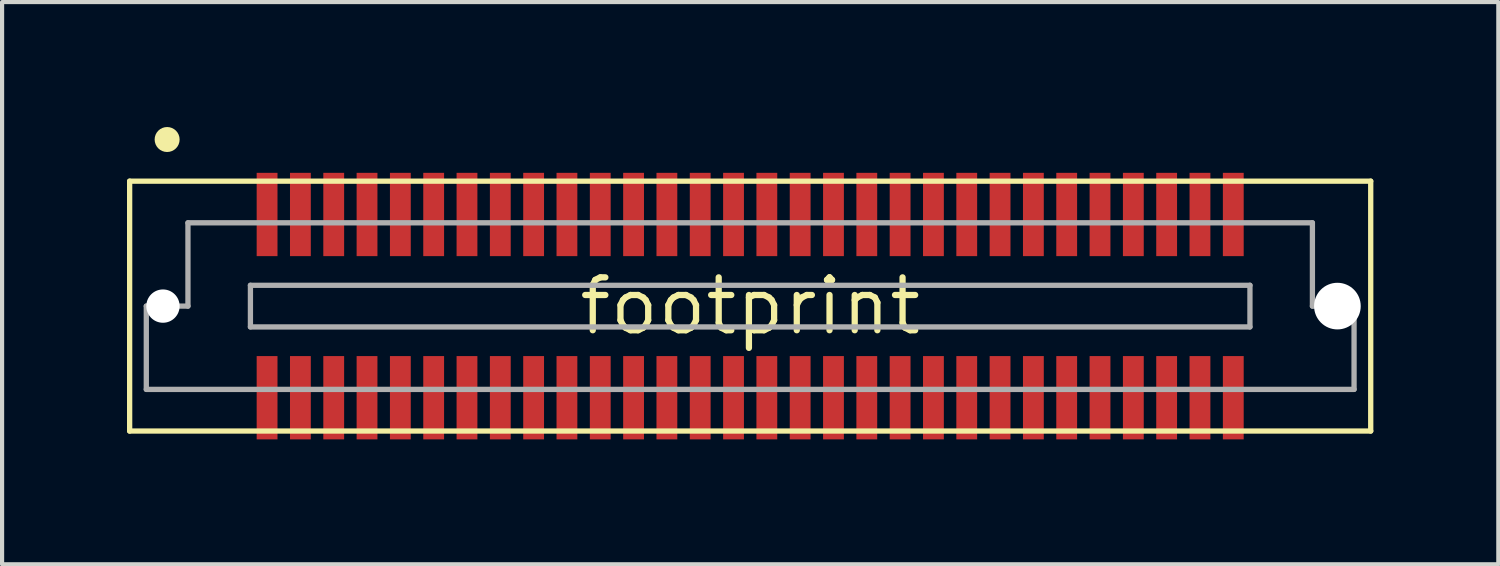
<source format=kicad_pcb>
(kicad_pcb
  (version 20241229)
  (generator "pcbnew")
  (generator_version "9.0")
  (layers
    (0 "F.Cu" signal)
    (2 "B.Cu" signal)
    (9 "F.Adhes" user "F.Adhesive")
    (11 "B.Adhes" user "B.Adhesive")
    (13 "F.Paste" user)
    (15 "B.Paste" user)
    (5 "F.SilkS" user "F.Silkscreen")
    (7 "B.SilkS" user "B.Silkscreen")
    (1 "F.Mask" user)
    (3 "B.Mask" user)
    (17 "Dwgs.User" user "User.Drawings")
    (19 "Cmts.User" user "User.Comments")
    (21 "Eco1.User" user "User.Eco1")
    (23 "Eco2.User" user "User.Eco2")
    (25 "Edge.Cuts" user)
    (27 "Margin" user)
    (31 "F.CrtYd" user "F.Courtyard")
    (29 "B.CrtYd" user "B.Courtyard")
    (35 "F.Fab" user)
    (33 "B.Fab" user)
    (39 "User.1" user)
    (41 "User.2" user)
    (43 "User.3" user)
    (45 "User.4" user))
  (footprint "footprint"
    (layer "F.Cu")
    (at 14.963 4.3)
    (property "Reference" "footprint" (at 0 0 0) (layer "F.SilkS") (effects (font (size 1.27 1.27) (thickness 0.15))))
    (fp_line (start -14.9 -3) (end 14.9 -3) (stroke (width 0.127) (type solid)) (layer "F.SilkS"))
    (fp_line (start -14.9 3) (end -14.9 -3) (stroke (width 0.127) (type solid)) (layer "F.SilkS"))
    (fp_line (start 14.9 -3) (end 14.9 3) (stroke (width 0.127) (type solid)) (layer "F.SilkS"))
    (fp_line (start 14.9 3) (end -14.9 3) (stroke (width 0.127) (type solid)) (layer "F.SilkS"))
    (fp_circle (center -14 -4) (end -13.85 -4) (stroke (width 0.3) (type solid)) (fill yes) (layer "F.SilkS"))
    (fp_line (start -14.5 0) (end -13.5 0) (stroke (width 0.127) (type solid)) (layer "F.Fab"))
    (fp_line (start -14.5 2) (end -14.5 0) (stroke (width 0.127) (type solid)) (layer "F.Fab"))
    (fp_line (start -13.5 -2) (end 13.5 -2) (stroke (width 0.127) (type solid)) (layer "F.Fab"))
    (fp_line (start -13.5 0) (end -13.5 -2) (stroke (width 0.127) (type solid)) (layer "F.Fab"))
    (fp_line (start -12 -0.5) (end 12 -0.5) (stroke (width 0.127) (type solid)) (layer "F.Fab"))
    (fp_line (start -12 0.5) (end -12 -0.5) (stroke (width 0.127) (type solid)) (layer "F.Fab"))
    (fp_line (start 12 -0.5) (end 12 0.5) (stroke (width 0.127) (type solid)) (layer "F.Fab"))
    (fp_line (start 12 0.5) (end -12 0.5) (stroke (width 0.127) (type solid)) (layer "F.Fab"))
    (fp_line (start 13.5 -2) (end 13.5 0) (stroke (width 0.127) (type solid)) (layer "F.Fab"))
    (fp_line (start 13.5 0) (end 14.5 0) (stroke (width 0.127) (type solid)) (layer "F.Fab"))
    (fp_line (start 14.5 0) (end 14.5 2) (stroke (width 0.127) (type solid)) (layer "F.Fab"))
    (fp_line (start 14.5 2) (end -14.5 2) (stroke (width 0.127) (type solid)) (layer "F.Fab"))
    (pad "" np_thru_hole circle (at -14.1 0) (size 0.8 0.8) (drill 0.8) (layers "*.Cu" "*.Mask"))
    (pad "" np_thru_hole circle (at 14.1 0) (size 1.12 1.12) (drill 1.12) (layers "*.Cu" "*.Mask"))
    (pad "1" smd rect (at -11.6 -2.2 90) (size 2 0.5) (layers "F.Cu" "F.Mask" "F.Paste"))
    (pad "2" smd rect (at -11.6 2.2 90) (size 2 0.5) (layers "F.Cu" "F.Mask" "F.Paste"))
    (pad "3" smd rect (at -10.8 -2.2 90) (size 2 0.5) (layers "F.Cu" "F.Mask" "F.Paste"))
    (pad "4" smd rect (at -10.8 2.2 90) (size 2 0.5) (layers "F.Cu" "F.Mask" "F.Paste"))
    (pad "5" smd rect (at -10 -2.2 90) (size 2 0.5) (layers "F.Cu" "F.Mask" "F.Paste"))
    (pad "6" smd rect (at -10 2.2 90) (size 2 0.5) (layers "F.Cu" "F.Mask" "F.Paste"))
    (pad "7" smd rect (at -9.2 -2.2 90) (size 2 0.5) (layers "F.Cu" "F.Mask" "F.Paste"))
    (pad "8" smd rect (at -9.2 2.2 90) (size 2 0.5) (layers "F.Cu" "F.Mask" "F.Paste"))
    (pad "9" smd rect (at -8.4 -2.2 90) (size 2 0.5) (layers "F.Cu" "F.Mask" "F.Paste"))
    (pad "10" smd rect (at -8.4 2.2 90) (size 2 0.5) (layers "F.Cu" "F.Mask" "F.Paste"))
    (pad "11" smd rect (at -7.6 -2.2 90) (size 2 0.5) (layers "F.Cu" "F.Mask" "F.Paste"))
    (pad "12" smd rect (at -7.6 2.2 90) (size 2 0.5) (layers "F.Cu" "F.Mask" "F.Paste"))
    (pad "13" smd rect (at -6.8 -2.2 90) (size 2 0.5) (layers "F.Cu" "F.Mask" "F.Paste"))
    (pad "14" smd rect (at -6.8 2.2 90) (size 2 0.5) (layers "F.Cu" "F.Mask" "F.Paste"))
    (pad "15" smd rect (at -6 -2.2 90) (size 2 0.5) (layers "F.Cu" "F.Mask" "F.Paste"))
    (pad "16" smd rect (at -6 2.2 90) (size 2 0.5) (layers "F.Cu" "F.Mask" "F.Paste"))
    (pad "17" smd rect (at -5.2 -2.2 90) (size 2 0.5) (layers "F.Cu" "F.Mask" "F.Paste"))
    (pad "18" smd rect (at -5.2 2.2 90) (size 2 0.5) (layers "F.Cu" "F.Mask" "F.Paste"))
    (pad "19" smd rect (at -4.4 -2.2 90) (size 2 0.5) (layers "F.Cu" "F.Mask" "F.Paste"))
    (pad "20" smd rect (at -4.4 2.2 90) (size 2 0.5) (layers "F.Cu" "F.Mask" "F.Paste"))
    (pad "21" smd rect (at -3.6 -2.2 90) (size 2 0.5) (layers "F.Cu" "F.Mask" "F.Paste"))
    (pad "22" smd rect (at -3.6 2.2 90) (size 2 0.5) (layers "F.Cu" "F.Mask" "F.Paste"))
    (pad "23" smd rect (at -2.8 -2.2 90) (size 2 0.5) (layers "F.Cu" "F.Mask" "F.Paste"))
    (pad "24" smd rect (at -2.8 2.2 90) (size 2 0.5) (layers "F.Cu" "F.Mask" "F.Paste"))
    (pad "25" smd rect (at -2 -2.2 90) (size 2 0.5) (layers "F.Cu" "F.Mask" "F.Paste"))
    (pad "26" smd rect (at -2 2.2 90) (size 2 0.5) (layers "F.Cu" "F.Mask" "F.Paste"))
    (pad "27" smd rect (at -1.2 -2.2 90) (size 2 0.5) (layers "F.Cu" "F.Mask" "F.Paste"))
    (pad "28" smd rect (at -1.2 2.2 90) (size 2 0.5) (layers "F.Cu" "F.Mask" "F.Paste"))
    (pad "29" smd rect (at -0.4 -2.2 90) (size 2 0.5) (layers "F.Cu" "F.Mask" "F.Paste"))
    (pad "30" smd rect (at -0.4 2.2 90) (size 2 0.5) (layers "F.Cu" "F.Mask" "F.Paste"))
    (pad "31" smd rect (at 0.4 -2.2 90) (size 2 0.5) (layers "F.Cu" "F.Mask" "F.Paste"))
    (pad "32" smd rect (at 0.4 2.2 90) (size 2 0.5) (layers "F.Cu" "F.Mask" "F.Paste"))
    (pad "33" smd rect (at 1.2 -2.2 90) (size 2 0.5) (layers "F.Cu" "F.Mask" "F.Paste"))
    (pad "34" smd rect (at 1.2 2.2 90) (size 2 0.5) (layers "F.Cu" "F.Mask" "F.Paste"))
    (pad "35" smd rect (at 2 -2.2 90) (size 2 0.5) (layers "F.Cu" "F.Mask" "F.Paste"))
    (pad "36" smd rect (at 2 2.2 90) (size 2 0.5) (layers "F.Cu" "F.Mask" "F.Paste"))
    (pad "37" smd rect (at 2.8 -2.2 90) (size 2 0.5) (layers "F.Cu" "F.Mask" "F.Paste"))
    (pad "38" smd rect (at 2.8 2.2 90) (size 2 0.5) (layers "F.Cu" "F.Mask" "F.Paste"))
    (pad "39" smd rect (at 3.6 -2.2 90) (size 2 0.5) (layers "F.Cu" "F.Mask" "F.Paste"))
    (pad "40" smd rect (at 3.6 2.2 90) (size 2 0.5) (layers "F.Cu" "F.Mask" "F.Paste"))
    (pad "41" smd rect (at 4.4 -2.2 90) (size 2 0.5) (layers "F.Cu" "F.Mask" "F.Paste"))
    (pad "42" smd rect (at 4.4 2.2 90) (size 2 0.5) (layers "F.Cu" "F.Mask" "F.Paste"))
    (pad "43" smd rect (at 5.2 -2.2 90) (size 2 0.5) (layers "F.Cu" "F.Mask" "F.Paste"))
    (pad "44" smd rect (at 5.2 2.2 90) (size 2 0.5) (layers "F.Cu" "F.Mask" "F.Paste"))
    (pad "45" smd rect (at 6 -2.2 90) (size 2 0.5) (layers "F.Cu" "F.Mask" "F.Paste"))
    (pad "46" smd rect (at 6 2.2 90) (size 2 0.5) (layers "F.Cu" "F.Mask" "F.Paste"))
    (pad "47" smd rect (at 6.8 -2.2 90) (size 2 0.5) (layers "F.Cu" "F.Mask" "F.Paste"))
    (pad "48" smd rect (at 6.8 2.2 90) (size 2 0.5) (layers "F.Cu" "F.Mask" "F.Paste"))
    (pad "49" smd rect (at 7.6 -2.2 90) (size 2 0.5) (layers "F.Cu" "F.Mask" "F.Paste"))
    (pad "50" smd rect (at 7.6 2.2 90) (size 2 0.5) (layers "F.Cu" "F.Mask" "F.Paste"))
    (pad "51" smd rect (at 8.4 -2.2 90) (size 2 0.5) (layers "F.Cu" "F.Mask" "F.Paste"))
    (pad "52" smd rect (at 8.4 2.2 90) (size 2 0.5) (layers "F.Cu" "F.Mask" "F.Paste"))
    (pad "53" smd rect (at 9.2 -2.2 90) (size 2 0.5) (layers "F.Cu" "F.Mask" "F.Paste"))
    (pad "54" smd rect (at 9.2 2.2 90) (size 2 0.5) (layers "F.Cu" "F.Mask" "F.Paste"))
    (pad "55" smd rect (at 10 -2.2 90) (size 2 0.5) (layers "F.Cu" "F.Mask" "F.Paste"))
    (pad "56" smd rect (at 10 2.2 90) (size 2 0.5) (layers "F.Cu" "F.Mask" "F.Paste"))
    (pad "57" smd rect (at 10.8 -2.2 90) (size 2 0.5) (layers "F.Cu" "F.Mask" "F.Paste"))
    (pad "58" smd rect (at 10.8 2.2 90) (size 2 0.5) (layers "F.Cu" "F.Mask" "F.Paste"))
    (pad "59" smd rect (at 11.6 -2.2 90) (size 2 0.5) (layers "F.Cu" "F.Mask" "F.Paste"))
    (pad "60" smd rect (at 11.6 2.2 90) (size 2 0.5) (layers "F.Cu" "F.Mask" "F.Paste")))
  (gr_rect
    (start -3 -3)
    (end 32.927 10.5)
    (stroke (width 0.1) (type default))
    (fill no)
    (layer "Edge.Cuts")))
</source>
